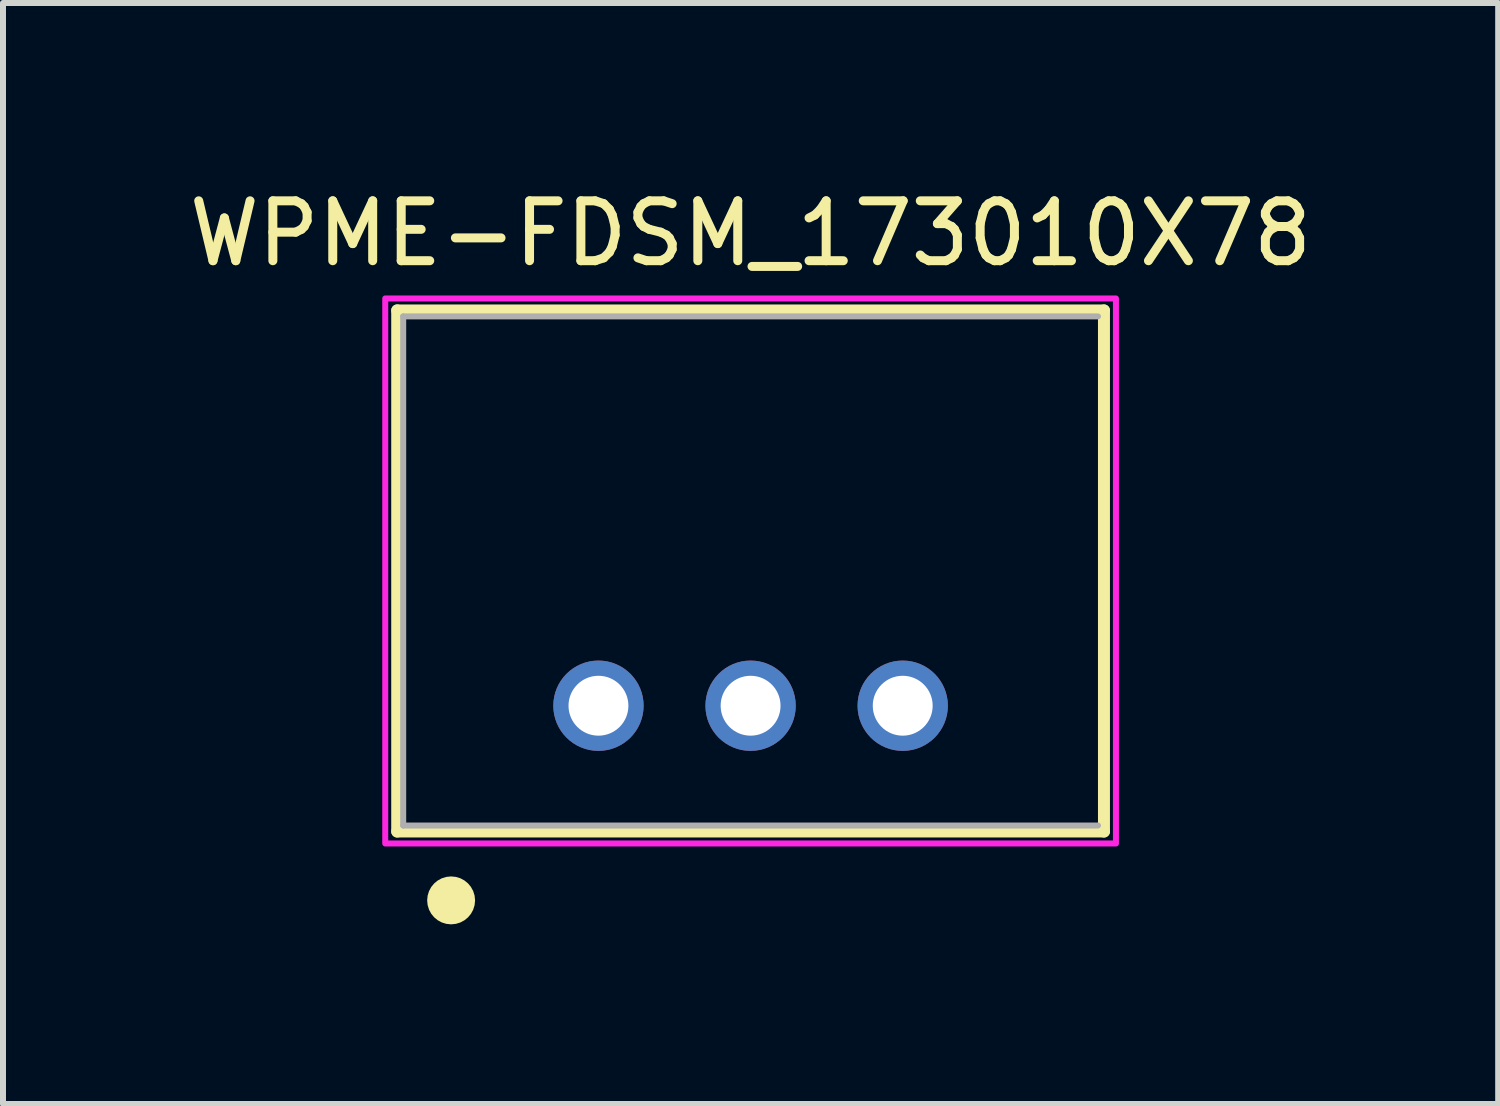
<source format=kicad_pcb>
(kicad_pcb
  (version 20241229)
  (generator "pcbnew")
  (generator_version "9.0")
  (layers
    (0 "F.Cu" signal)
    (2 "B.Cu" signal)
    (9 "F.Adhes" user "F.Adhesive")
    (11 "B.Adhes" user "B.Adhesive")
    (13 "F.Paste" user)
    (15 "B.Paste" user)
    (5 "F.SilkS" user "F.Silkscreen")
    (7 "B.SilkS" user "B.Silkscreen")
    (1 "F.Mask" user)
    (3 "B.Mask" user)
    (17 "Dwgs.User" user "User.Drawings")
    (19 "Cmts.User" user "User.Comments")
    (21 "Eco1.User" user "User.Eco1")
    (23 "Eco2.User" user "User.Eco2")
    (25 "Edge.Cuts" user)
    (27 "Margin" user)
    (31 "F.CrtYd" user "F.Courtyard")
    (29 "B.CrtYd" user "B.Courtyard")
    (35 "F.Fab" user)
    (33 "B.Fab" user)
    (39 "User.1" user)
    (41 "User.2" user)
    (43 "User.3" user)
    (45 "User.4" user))
  (footprint "WPME-FDSM_173010X78"
    (layer "F.Cu")
    (at 9.482 6.483)
    (property "Reference" "WPME-FDSM_173010X78" (at 0 -5.635 0) (layer "F.SilkS") (effects (font (size 1 1) (thickness 0.15))))
    (attr through_hole)
    (fp_line (start -5.9 -4.35) (end 5.9 -4.35) (stroke (width 0.2) (type solid)) (layer "F.SilkS"))
    (fp_line (start -5.9 4.35) (end -5.9 -4.35) (stroke (width 0.2) (type solid)) (layer "F.SilkS"))
    (fp_line (start 5.9 -4.35) (end 5.9 4.35) (stroke (width 0.2) (type solid)) (layer "F.SilkS"))
    (fp_line (start 5.9 4.35) (end -5.9 4.35) (stroke (width 0.2) (type solid)) (layer "F.SilkS"))
    (fp_circle (center -5 5.5) (end -4.8 5.5) (stroke (width 0.4) (type solid)) (fill no) (layer "F.SilkS"))
    (fp_poly (pts (xy -6.1 -4.55) (xy 6.1 -4.55) (xy 6.1 4.55) (xy -6.1 4.55)) (stroke (width 0.1) (type solid)) (fill no) (layer "F.CrtYd"))
    (fp_line (start -5.8 -4.25) (end 5.8 -4.25) (stroke (width 0.1) (type solid)) (layer "F.Fab"))
    (fp_line (start -5.8 4.25) (end -5.8 -4.25) (stroke (width 0.1) (type solid)) (layer "F.Fab"))
    (fp_line (start 5.8 4.25) (end -5.8 4.25) (stroke (width 0.1) (type solid)) (layer "F.Fab"))
    (pad "1" thru_hole circle (at -2.54 2.25) (size 1.508 1.508) (drill 1) (layers "*.Cu" "*.Mask"))
    (pad "2" thru_hole circle (at 0 2.25) (size 1.508 1.508) (drill 1) (layers "*.Cu" "*.Mask"))
    (pad "3" thru_hole circle (at 2.54 2.25) (size 1.508 1.508) (drill 1) (layers "*.Cu" "*.Mask")))
  (gr_rect
    (start -3 -3)
    (end 21.964 15.383)
    (stroke (width 0.1) (type default))
    (fill no)
    (layer "Edge.Cuts")))
</source>
